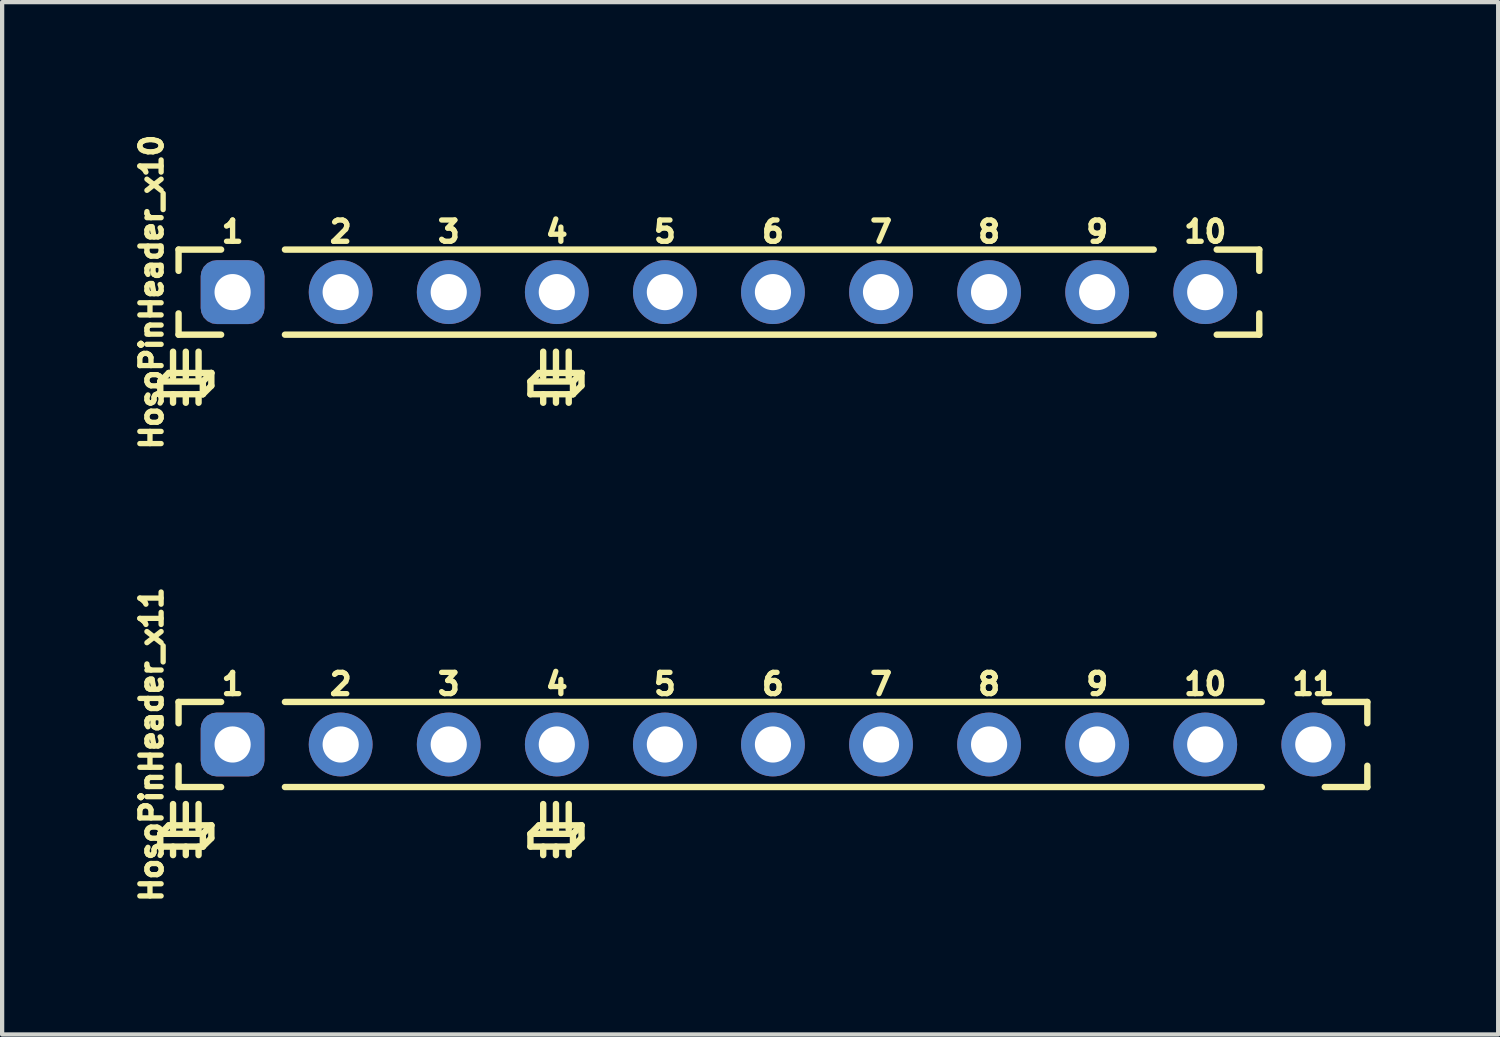
<source format=kicad_pcb>
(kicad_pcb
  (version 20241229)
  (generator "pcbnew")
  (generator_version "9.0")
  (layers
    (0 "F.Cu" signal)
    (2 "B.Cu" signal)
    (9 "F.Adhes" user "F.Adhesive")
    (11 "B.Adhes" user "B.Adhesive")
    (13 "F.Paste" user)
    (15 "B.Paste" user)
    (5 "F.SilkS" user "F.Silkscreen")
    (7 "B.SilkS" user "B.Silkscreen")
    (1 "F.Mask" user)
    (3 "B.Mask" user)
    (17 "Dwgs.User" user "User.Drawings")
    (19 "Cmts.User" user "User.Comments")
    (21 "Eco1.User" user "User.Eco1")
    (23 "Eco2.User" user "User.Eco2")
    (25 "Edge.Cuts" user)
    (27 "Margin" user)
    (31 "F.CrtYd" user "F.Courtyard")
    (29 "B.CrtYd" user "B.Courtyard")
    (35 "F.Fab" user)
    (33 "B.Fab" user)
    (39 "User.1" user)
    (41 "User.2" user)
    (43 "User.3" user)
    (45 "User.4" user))
  (footprint "HosoPinHeader_x11"
    (layer "F.Cu")
    (at 2.417 14.448)
    (property "Reference" "HosoPinHeader_x11" (at -1.905 0 90) (layer "F.SilkS") (effects (font (size 0.5 0.5) (thickness 0.125))))
    (attr through_hole)
    (fp_line (start -1.7 2.1) (end -1.5 1.9) (stroke (width 0.15) (type solid)) (layer "F.SilkS"))
    (fp_line (start -1.7 2.1) (end -0.7 2.1) (stroke (width 0.15) (type solid)) (layer "F.SilkS"))
    (fp_line (start -1.7 2.4) (end -1.7 2.1) (stroke (width 0.15) (type solid)) (layer "F.SilkS"))
    (fp_line (start -1.5 1.9) (end -0.5 1.9) (stroke (width 0.15) (type solid)) (layer "F.SilkS"))
    (fp_line (start -1.4 2) (end -1.4 1.4) (stroke (width 0.15) (type solid)) (layer "F.SilkS"))
    (fp_line (start -1.4 2.4) (end -1.4 2.6) (stroke (width 0.15) (type solid)) (layer "F.SilkS"))
    (fp_line (start -1.27 -1) (end -1.27 -0.5) (stroke (width 0.15) (type solid)) (layer "F.SilkS"))
    (fp_line (start -1.27 -1) (end -0.27 -1) (stroke (width 0.15) (type solid)) (layer "F.SilkS"))
    (fp_line (start -1.27 1) (end -1.27 0.5) (stroke (width 0.15) (type solid)) (layer "F.SilkS"))
    (fp_line (start -1.27 1) (end -0.27 1) (stroke (width 0.15) (type solid)) (layer "F.SilkS"))
    (fp_line (start -1.1 2) (end -1.1 1.4) (stroke (width 0.15) (type solid)) (layer "F.SilkS"))
    (fp_line (start -1.1 2.4) (end -1.1 2.6) (stroke (width 0.15) (type solid)) (layer "F.SilkS"))
    (fp_line (start -0.8 2) (end -0.8 1.4) (stroke (width 0.15) (type solid)) (layer "F.SilkS"))
    (fp_line (start -0.8 2.4) (end -0.8 2.6) (stroke (width 0.15) (type solid)) (layer "F.SilkS"))
    (fp_line (start -0.7 2.1) (end -0.7 2.4) (stroke (width 0.15) (type solid)) (layer "F.SilkS"))
    (fp_line (start -0.7 2.1) (end -0.5 1.9) (stroke (width 0.15) (type solid)) (layer "F.SilkS"))
    (fp_line (start -0.7 2.4) (end -1.7 2.4) (stroke (width 0.15) (type solid)) (layer "F.SilkS"))
    (fp_line (start -0.5 1.9) (end -0.5 2.2) (stroke (width 0.15) (type solid)) (layer "F.SilkS"))
    (fp_line (start -0.5 2.2) (end -0.7 2.4) (stroke (width 0.15) (type solid)) (layer "F.SilkS"))
    (fp_line (start 1.23 -1) (end 24.19 -1) (stroke (width 0.15) (type solid)) (layer "F.SilkS"))
    (fp_line (start 7 2.1) (end 7.2 1.9) (stroke (width 0.15) (type solid)) (layer "F.SilkS"))
    (fp_line (start 7 2.1) (end 8 2.1) (stroke (width 0.15) (type solid)) (layer "F.SilkS"))
    (fp_line (start 7 2.4) (end 7 2.1) (stroke (width 0.15) (type solid)) (layer "F.SilkS"))
    (fp_line (start 7.2 1.9) (end 8.2 1.9) (stroke (width 0.15) (type solid)) (layer "F.SilkS"))
    (fp_line (start 7.3 2) (end 7.3 1.4) (stroke (width 0.15) (type solid)) (layer "F.SilkS"))
    (fp_line (start 7.3 2.4) (end 7.3 2.6) (stroke (width 0.15) (type solid)) (layer "F.SilkS"))
    (fp_line (start 7.6 2) (end 7.6 1.4) (stroke (width 0.15) (type solid)) (layer "F.SilkS"))
    (fp_line (start 7.6 2.4) (end 7.6 2.6) (stroke (width 0.15) (type solid)) (layer "F.SilkS"))
    (fp_line (start 7.9 2) (end 7.9 1.4) (stroke (width 0.15) (type solid)) (layer "F.SilkS"))
    (fp_line (start 7.9 2.4) (end 7.9 2.6) (stroke (width 0.15) (type solid)) (layer "F.SilkS"))
    (fp_line (start 8 2.1) (end 8 2.4) (stroke (width 0.15) (type solid)) (layer "F.SilkS"))
    (fp_line (start 8 2.1) (end 8.2 1.9) (stroke (width 0.15) (type solid)) (layer "F.SilkS"))
    (fp_line (start 8 2.4) (end 7 2.4) (stroke (width 0.15) (type solid)) (layer "F.SilkS"))
    (fp_line (start 8.2 1.9) (end 8.2 2.2) (stroke (width 0.15) (type solid)) (layer "F.SilkS"))
    (fp_line (start 8.2 2.2) (end 8 2.4) (stroke (width 0.15) (type solid)) (layer "F.SilkS"))
    (fp_line (start 24.19 1) (end 1.23 1) (stroke (width 0.15) (type solid)) (layer "F.SilkS"))
    (fp_line (start 26.67 -1) (end 25.67 -1) (stroke (width 0.15) (type solid)) (layer "F.SilkS"))
    (fp_line (start 26.67 -0.5) (end 26.67 -1) (stroke (width 0.15) (type solid)) (layer "F.SilkS"))
    (fp_line (start 26.67 1) (end 25.67 1) (stroke (width 0.15) (type solid)) (layer "F.SilkS"))
    (fp_line (start 26.67 1) (end 26.67 0.5) (stroke (width 0.15) (type solid)) (layer "F.SilkS"))
    (fp_text user "7" (at 15.24 -1.42 0) (layer "F.SilkS") (effects (font (size 0.5 0.5) (thickness 0.125))))
    (fp_text user "2" (at 2.54 -1.42 0) (layer "F.SilkS") (effects (font (size 0.5 0.5) (thickness 0.125))))
    (fp_text user "5" (at 10.16 -1.42 0) (layer "F.SilkS") (effects (font (size 0.5 0.5) (thickness 0.125))))
    (fp_text user "4" (at 7.62 -1.42 0) (layer "F.SilkS") (effects (font (size 0.5 0.5) (thickness 0.125))))
    (fp_text user "6" (at 12.7 -1.42 0) (layer "F.SilkS") (effects (font (size 0.5 0.5) (thickness 0.125))))
    (fp_text user "11" (at 25.4 -1.42 0) (layer "F.SilkS") (effects (font (size 0.5 0.5) (thickness 0.125))))
    (fp_text user "10" (at 22.86 -1.42 0) (layer "F.SilkS") (effects (font (size 0.5 0.5) (thickness 0.125))))
    (fp_text user "1" (at 0 -1.42 0) (layer "F.SilkS") (effects (font (size 0.5 0.5) (thickness 0.125))))
    (fp_text user "8" (at 17.78 -1.42 0) (layer "F.SilkS") (effects (font (size 0.5 0.5) (thickness 0.125))))
    (fp_text user "9" (at 20.32 -1.42 0) (layer "F.SilkS") (effects (font (size 0.5 0.5) (thickness 0.125))))
    (fp_text user "3" (at 5.08 -1.42 0) (layer "F.SilkS") (effects (font (size 0.5 0.5) (thickness 0.125))))
    (pad "1" thru_hole roundrect (at 0 0 90) (size 1.5 1.5) (drill 0.85) (layers "*.Cu" "*.Mask") (roundrect_rratio 0.25))
    (pad "2" thru_hole circle (at 2.54 0) (size 1.5 1.5) (drill 0.85) (layers "*.Cu" "*.Mask"))
    (pad "3" thru_hole circle (at 5.08 0) (size 1.5 1.5) (drill 0.85) (layers "*.Cu" "*.Mask"))
    (pad "4" thru_hole circle (at 7.62 0) (size 1.5 1.5) (drill 0.85) (layers "*.Cu" "*.Mask"))
    (pad "5" thru_hole circle (at 10.16 0) (size 1.5 1.5) (drill 0.85) (layers "*.Cu" "*.Mask"))
    (pad "6" thru_hole circle (at 12.7 0) (size 1.5 1.5) (drill 0.85) (layers "*.Cu" "*.Mask"))
    (pad "7" thru_hole circle (at 15.24 0) (size 1.5 1.5) (drill 0.85) (layers "*.Cu" "*.Mask"))
    (pad "8" thru_hole circle (at 17.78 0) (size 1.5 1.5) (drill 0.85) (layers "*.Cu" "*.Mask"))
    (pad "9" thru_hole circle (at 20.32 0) (size 1.5 1.5) (drill 0.85) (layers "*.Cu" "*.Mask"))
    (pad "10" thru_hole circle (at 22.86 0) (size 1.5 1.5) (drill 0.85) (layers "*.Cu" "*.Mask"))
    (pad "11" thru_hole circle (at 25.4 0) (size 1.5 1.5) (drill 0.85) (layers "*.Cu" "*.Mask")))
  (footprint "HosoPinHeader_x10"
    (layer "F.Cu")
    (at 2.417 3.816)
    (property "Reference" "HosoPinHeader_x10" (at -1.905 0 90) (layer "F.SilkS") (effects (font (size 0.5 0.5) (thickness 0.125))))
    (attr through_hole)
    (fp_line (start -1.7 2.1) (end -1.5 1.9) (stroke (width 0.15) (type solid)) (layer "F.SilkS"))
    (fp_line (start -1.7 2.1) (end -0.7 2.1) (stroke (width 0.15) (type solid)) (layer "F.SilkS"))
    (fp_line (start -1.7 2.4) (end -1.7 2.1) (stroke (width 0.15) (type solid)) (layer "F.SilkS"))
    (fp_line (start -1.5 1.9) (end -0.5 1.9) (stroke (width 0.15) (type solid)) (layer "F.SilkS"))
    (fp_line (start -1.4 2) (end -1.4 1.4) (stroke (width 0.15) (type solid)) (layer "F.SilkS"))
    (fp_line (start -1.4 2.4) (end -1.4 2.6) (stroke (width 0.15) (type solid)) (layer "F.SilkS"))
    (fp_line (start -1.27 -1) (end -1.27 -0.5) (stroke (width 0.15) (type solid)) (layer "F.SilkS"))
    (fp_line (start -1.27 -1) (end -0.27 -1) (stroke (width 0.15) (type solid)) (layer "F.SilkS"))
    (fp_line (start -1.27 1) (end -1.27 0.5) (stroke (width 0.15) (type solid)) (layer "F.SilkS"))
    (fp_line (start -1.27 1) (end -0.27 1) (stroke (width 0.15) (type solid)) (layer "F.SilkS"))
    (fp_line (start -1.1 2) (end -1.1 1.4) (stroke (width 0.15) (type solid)) (layer "F.SilkS"))
    (fp_line (start -1.1 2.4) (end -1.1 2.6) (stroke (width 0.15) (type solid)) (layer "F.SilkS"))
    (fp_line (start -0.8 2) (end -0.8 1.4) (stroke (width 0.15) (type solid)) (layer "F.SilkS"))
    (fp_line (start -0.8 2.4) (end -0.8 2.6) (stroke (width 0.15) (type solid)) (layer "F.SilkS"))
    (fp_line (start -0.7 2.1) (end -0.7 2.4) (stroke (width 0.15) (type solid)) (layer "F.SilkS"))
    (fp_line (start -0.7 2.1) (end -0.5 1.9) (stroke (width 0.15) (type solid)) (layer "F.SilkS"))
    (fp_line (start -0.7 2.4) (end -1.7 2.4) (stroke (width 0.15) (type solid)) (layer "F.SilkS"))
    (fp_line (start -0.5 1.9) (end -0.5 2.2) (stroke (width 0.15) (type solid)) (layer "F.SilkS"))
    (fp_line (start -0.5 2.2) (end -0.7 2.4) (stroke (width 0.15) (type solid)) (layer "F.SilkS"))
    (fp_line (start 1.23 -1) (end 21.65 -1) (stroke (width 0.15) (type solid)) (layer "F.SilkS"))
    (fp_line (start 7 2.1) (end 7.2 1.9) (stroke (width 0.15) (type solid)) (layer "F.SilkS"))
    (fp_line (start 7 2.1) (end 8 2.1) (stroke (width 0.15) (type solid)) (layer "F.SilkS"))
    (fp_line (start 7 2.4) (end 7 2.1) (stroke (width 0.15) (type solid)) (layer "F.SilkS"))
    (fp_line (start 7.2 1.9) (end 8.2 1.9) (stroke (width 0.15) (type solid)) (layer "F.SilkS"))
    (fp_line (start 7.3 2) (end 7.3 1.4) (stroke (width 0.15) (type solid)) (layer "F.SilkS"))
    (fp_line (start 7.3 2.4) (end 7.3 2.6) (stroke (width 0.15) (type solid)) (layer "F.SilkS"))
    (fp_line (start 7.6 2) (end 7.6 1.4) (stroke (width 0.15) (type solid)) (layer "F.SilkS"))
    (fp_line (start 7.6 2.4) (end 7.6 2.6) (stroke (width 0.15) (type solid)) (layer "F.SilkS"))
    (fp_line (start 7.9 2) (end 7.9 1.4) (stroke (width 0.15) (type solid)) (layer "F.SilkS"))
    (fp_line (start 7.9 2.4) (end 7.9 2.6) (stroke (width 0.15) (type solid)) (layer "F.SilkS"))
    (fp_line (start 8 2.1) (end 8 2.4) (stroke (width 0.15) (type solid)) (layer "F.SilkS"))
    (fp_line (start 8 2.1) (end 8.2 1.9) (stroke (width 0.15) (type solid)) (layer "F.SilkS"))
    (fp_line (start 8 2.4) (end 7 2.4) (stroke (width 0.15) (type solid)) (layer "F.SilkS"))
    (fp_line (start 8.2 1.9) (end 8.2 2.2) (stroke (width 0.15) (type solid)) (layer "F.SilkS"))
    (fp_line (start 8.2 2.2) (end 8 2.4) (stroke (width 0.15) (type solid)) (layer "F.SilkS"))
    (fp_line (start 21.65 1) (end 1.23 1) (stroke (width 0.15) (type solid)) (layer "F.SilkS"))
    (fp_line (start 24.13 -1) (end 23.13 -1) (stroke (width 0.15) (type solid)) (layer "F.SilkS"))
    (fp_line (start 24.13 -0.5) (end 24.13 -1) (stroke (width 0.15) (type solid)) (layer "F.SilkS"))
    (fp_line (start 24.13 1) (end 23.13 1) (stroke (width 0.15) (type solid)) (layer "F.SilkS"))
    (fp_line (start 24.13 1) (end 24.13 0.5) (stroke (width 0.15) (type solid)) (layer "F.SilkS"))
    (fp_text user "2" (at 2.54 -1.42 0) (layer "F.SilkS") (effects (font (size 0.5 0.5) (thickness 0.125))))
    (fp_text user "8" (at 17.78 -1.42 0) (layer "F.SilkS") (effects (font (size 0.5 0.5) (thickness 0.125))))
    (fp_text user "3" (at 5.08 -1.42 0) (layer "F.SilkS") (effects (font (size 0.5 0.5) (thickness 0.125))))
    (fp_text user "7" (at 15.24 -1.42 0) (layer "F.SilkS") (effects (font (size 0.5 0.5) (thickness 0.125))))
    (fp_text user "10" (at 22.86 -1.42 0) (layer "F.SilkS") (effects (font (size 0.5 0.5) (thickness 0.125))))
    (fp_text user "4" (at 7.62 -1.42 0) (layer "F.SilkS") (effects (font (size 0.5 0.5) (thickness 0.125))))
    (fp_text user "6" (at 12.7 -1.42 0) (layer "F.SilkS") (effects (font (size 0.5 0.5) (thickness 0.125))))
    (fp_text user "5" (at 10.16 -1.42 0) (layer "F.SilkS") (effects (font (size 0.5 0.5) (thickness 0.125))))
    (fp_text user "1" (at 0 -1.42 0) (layer "F.SilkS") (effects (font (size 0.5 0.5) (thickness 0.125))))
    (fp_text user "9" (at 20.32 -1.42 0) (layer "F.SilkS") (effects (font (size 0.5 0.5) (thickness 0.125))))
    (pad "1" thru_hole roundrect (at 0 0 90) (size 1.5 1.5) (drill 0.85) (layers "*.Cu" "*.Mask") (roundrect_rratio 0.25))
    (pad "2" thru_hole circle (at 2.54 0) (size 1.5 1.5) (drill 0.85) (layers "*.Cu" "*.Mask"))
    (pad "3" thru_hole circle (at 5.08 0) (size 1.5 1.5) (drill 0.85) (layers "*.Cu" "*.Mask"))
    (pad "4" thru_hole circle (at 7.62 0) (size 1.5 1.5) (drill 0.85) (layers "*.Cu" "*.Mask"))
    (pad "5" thru_hole circle (at 10.16 0) (size 1.5 1.5) (drill 0.85) (layers "*.Cu" "*.Mask"))
    (pad "6" thru_hole circle (at 12.7 0) (size 1.5 1.5) (drill 0.85) (layers "*.Cu" "*.Mask"))
    (pad "7" thru_hole circle (at 15.24 0) (size 1.5 1.5) (drill 0.85) (layers "*.Cu" "*.Mask"))
    (pad "8" thru_hole circle (at 17.78 0) (size 1.5 1.5) (drill 0.85) (layers "*.Cu" "*.Mask"))
    (pad "9" thru_hole circle (at 20.32 0) (size 1.5 1.5) (drill 0.85) (layers "*.Cu" "*.Mask"))
    (pad "10" thru_hole circle (at 22.86 0) (size 1.5 1.5) (drill 0.85) (layers "*.Cu" "*.Mask")))
  (gr_rect
    (start -3 -3)
    (end 32.162 21.264)
    (stroke (width 0.1) (type default))
    (fill no)
    (layer "Edge.Cuts")))
</source>
